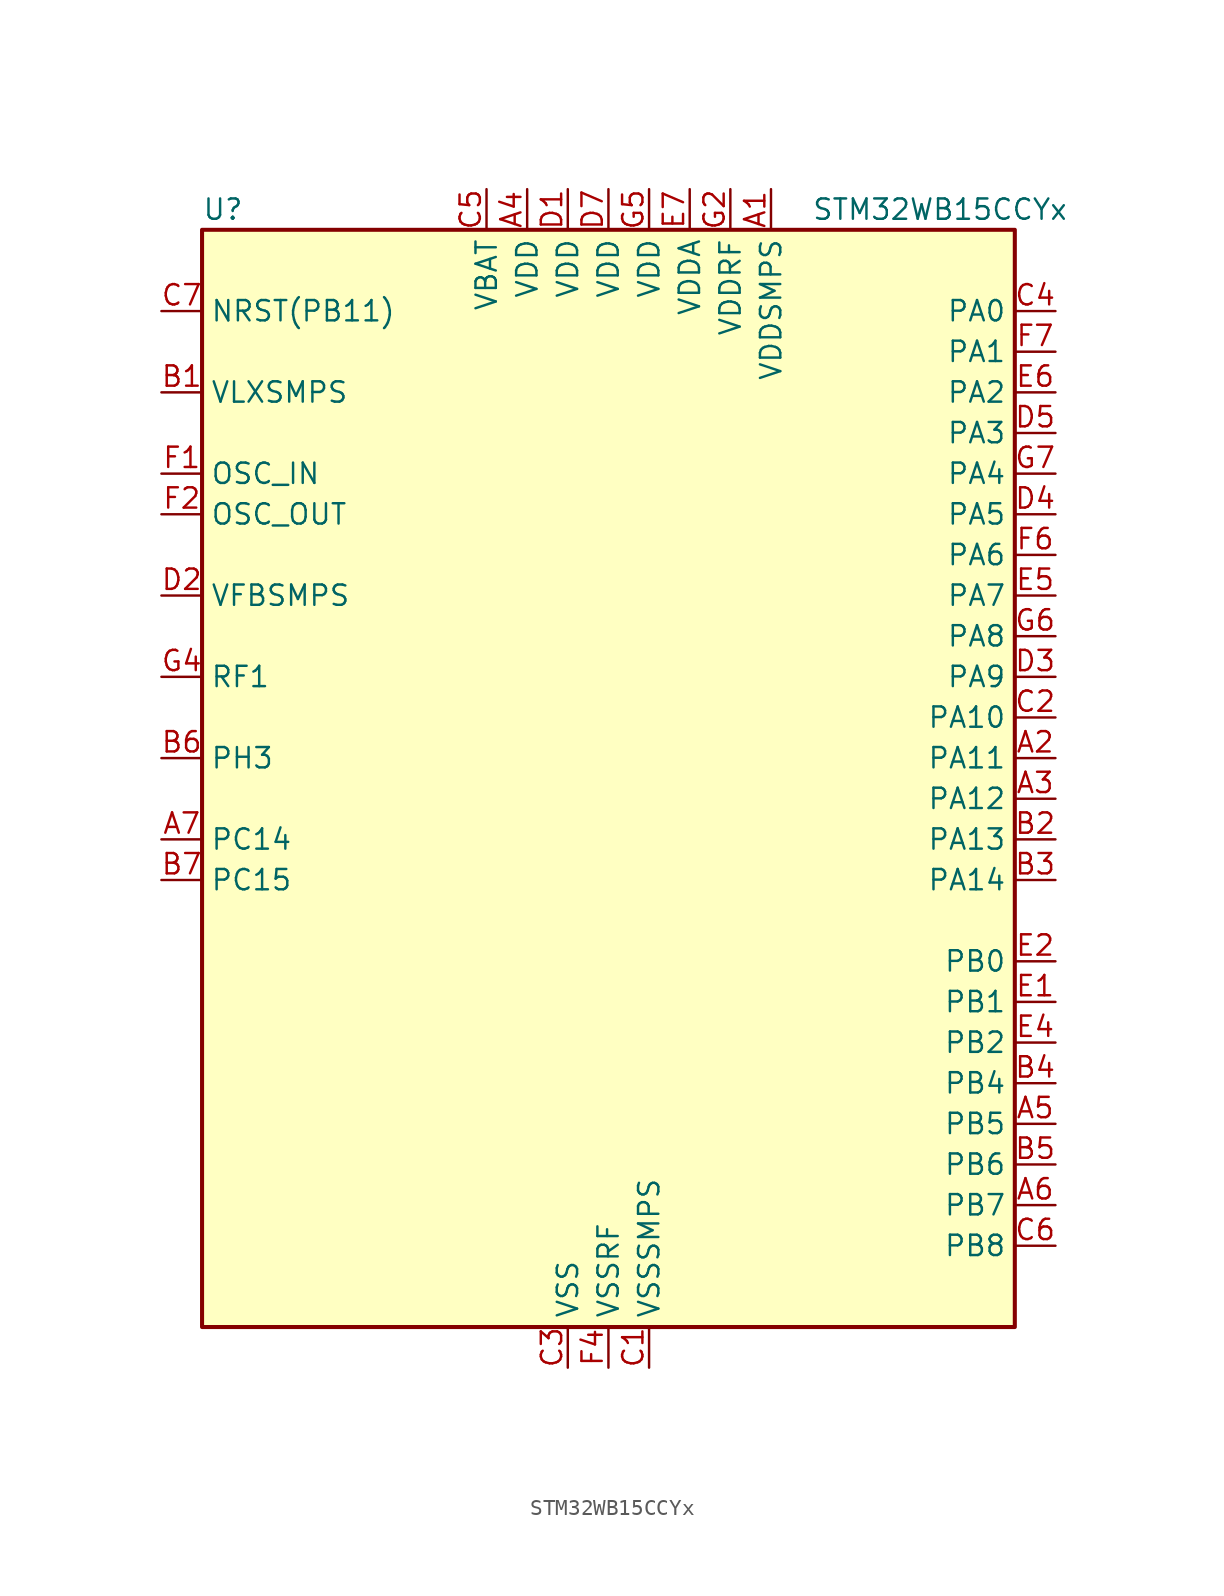
<source format=kicad_sym>
(kicad_symbol_lib
  (version 20231120)
  (generator "kicad-library-utils")
  (generator_version "8.0")
  (symbol "STM32WB15CCYx"
    (property "Reference" "U"
      (at -25.4 36.83 0)
      (effects (font (size 1.27 1.27)) (justify left)))
    (property "Value" "STM32WB15CCYx"
      (at 12.7 36.83 0)
      (effects (font (size 1.27 1.27)) (justify left)))
    (symbol "STM32WB15CCYx_0_1"
      (rectangle (start -25.4 -33.02) (end 25.4 35.56) (stroke (width 0.254) (type default)) (fill (type background))))
    (symbol "STM32WB15CCYx_1_1"
      (pin power_in line (at 10.16 38.1 270) (length 2.54) (name "VDDSMPS" (effects (font (size 1.27 1.27)))) (number "A1" (effects (font (size 1.27 1.27)))))
      (pin bidirectional line (at 27.94 2.54 180) (length 2.54) (name "PA11" (effects (font (size 1.27 1.27)))) (number "A2" (effects (font (size 1.27 1.27)))) (alternate "ADC1_EXTI11" bidirectional line) (alternate "SPI1_MISO" bidirectional line) (alternate "TIM1_BKIN2" bidirectional line) (alternate "TIM1_CH4" bidirectional line) (alternate "USART1_CTS" bidirectional line) (alternate "USART1_NSS" bidirectional line))
      (pin bidirectional line (at 27.94 0 180) (length 2.54) (name "PA12" (effects (font (size 1.27 1.27)))) (number "A3" (effects (font (size 1.27 1.27)))) (alternate "LPUART1_RX" bidirectional line) (alternate "SPI1_MOSI" bidirectional line) (alternate "TIM1_ETR" bidirectional line) (alternate "USART1_DE" bidirectional line) (alternate "USART1_RTS" bidirectional line))
      (pin power_in line (at -5.08 38.1 270) (length 2.54) (name "VDD" (effects (font (size 1.27 1.27)))) (number "A4" (effects (font (size 1.27 1.27)))))
      (pin bidirectional line (at 27.94 -20.32 180) (length 2.54) (name "PB5" (effects (font (size 1.27 1.27)))) (number "A5" (effects (font (size 1.27 1.27)))) (alternate "I2C1_SMBA" bidirectional line) (alternate "LPTIM1_IN1" bidirectional line) (alternate "LPUART1_TX" bidirectional line) (alternate "SPI1_MOSI" bidirectional line) (alternate "TSC_G2_IO2" bidirectional line) (alternate "USART1_CK" bidirectional line))
      (pin bidirectional line (at 27.94 -25.4 180) (length 2.54) (name "PB7" (effects (font (size 1.27 1.27)))) (number "A6" (effects (font (size 1.27 1.27)))) (alternate "I2C1_SDA" bidirectional line) (alternate "LPTIM1_IN2" bidirectional line) (alternate "SYS_PVD_IN" bidirectional line) (alternate "TIM1_BKIN" bidirectional line) (alternate "TIM1_CH3" bidirectional line) (alternate "TSC_G2_IO4" bidirectional line) (alternate "USART1_RX" bidirectional line))
      (pin bidirectional line (at -27.94 -2.54 0) (length 2.54) (name "PC14" (effects (font (size 1.27 1.27)))) (number "A7" (effects (font (size 1.27 1.27)))) (alternate "RCC_OSC32_IN" bidirectional line))
      (pin power_in line (at -27.94 25.4 0) (length 2.54) (name "VLXSMPS" (effects (font (size 1.27 1.27)))) (number "B1" (effects (font (size 1.27 1.27)))))
      (pin bidirectional line (at 27.94 -2.54 180) (length 2.54) (name "PA13" (effects (font (size 1.27 1.27)))) (number "B2" (effects (font (size 1.27 1.27)))) (alternate "SPI1_MOSI" bidirectional line) (alternate "SYS_JTMS-SWDIO" bidirectional line) (alternate "TSC_G7_IO1" bidirectional line))
      (pin bidirectional line (at 27.94 -5.08 180) (length 2.54) (name "PA14" (effects (font (size 1.27 1.27)))) (number "B3" (effects (font (size 1.27 1.27)))) (alternate "I2C1_SMBA" bidirectional line) (alternate "LPTIM1_OUT" bidirectional line) (alternate "SPI1_NSS" bidirectional line) (alternate "SYS_JTCK-SWCLK" bidirectional line))
      (pin bidirectional line (at 27.94 -17.78 180) (length 2.54) (name "PB4" (effects (font (size 1.27 1.27)))) (number "B4" (effects (font (size 1.27 1.27)))) (alternate "SPI1_MISO" bidirectional line) (alternate "SYS_JTRST" bidirectional line) (alternate "TSC_G2_IO1" bidirectional line) (alternate "USART1_CTS" bidirectional line) (alternate "USART1_NSS" bidirectional line))
      (pin bidirectional line (at 27.94 -22.86 180) (length 2.54) (name "PB6" (effects (font (size 1.27 1.27)))) (number "B5" (effects (font (size 1.27 1.27)))) (alternate "I2C1_SCL" bidirectional line) (alternate "LPTIM1_ETR" bidirectional line) (alternate "RCC_MCO" bidirectional line) (alternate "SPI1_NSS" bidirectional line) (alternate "TSC_G2_IO3" bidirectional line) (alternate "USART1_TX" bidirectional line))
      (pin bidirectional line (at -27.94 2.54 0) (length 2.54) (name "PH3" (effects (font (size 1.27 1.27)))) (number "B6" (effects (font (size 1.27 1.27)))) (alternate "RCC_LSCO" bidirectional line))
      (pin bidirectional line (at -27.94 -5.08 0) (length 2.54) (name "PC15" (effects (font (size 1.27 1.27)))) (number "B7" (effects (font (size 1.27 1.27)))) (alternate "RCC_OSC32_OUT" bidirectional line))
      (pin power_in line (at 2.54 -35.56 90) (length 2.54) (name "VSSSMPS" (effects (font (size 1.27 1.27)))) (number "C1" (effects (font (size 1.27 1.27)))))
      (pin bidirectional line (at 27.94 5.08 180) (length 2.54) (name "PA10" (effects (font (size 1.27 1.27)))) (number "C2" (effects (font (size 1.27 1.27)))) (alternate "I2C1_SDA" bidirectional line) (alternate "TIM1_CH3" bidirectional line) (alternate "TSC_G7_IO2" bidirectional line) (alternate "USART1_RX" bidirectional line))
      (pin power_in line (at -2.54 -35.56 90) (length 2.54) (name "VSS" (effects (font (size 1.27 1.27)))) (number "C3" (effects (font (size 1.27 1.27)))))
      (pin bidirectional line (at 27.94 30.48 180) (length 2.54) (name "PA0" (effects (font (size 1.27 1.27)))) (number "C4" (effects (font (size 1.27 1.27)))) (alternate "ADC1_IN5" bidirectional line) (alternate "COMP1_INM" bidirectional line) (alternate "COMP1_OUT" bidirectional line) (alternate "RTC_TAMP2" bidirectional line) (alternate "SYS_WKUP1" bidirectional line) (alternate "TIM2_CH1" bidirectional line) (alternate "TIM2_ETR" bidirectional line))
      (pin power_in line (at -7.62 38.1 270) (length 2.54) (name "VBAT" (effects (font (size 1.27 1.27)))) (number "C5" (effects (font (size 1.27 1.27)))))
      (pin bidirectional line (at 27.94 -27.94 180) (length 2.54) (name "PB8" (effects (font (size 1.27 1.27)))) (number "C6" (effects (font (size 1.27 1.27)))) (alternate "I2C1_SCL" bidirectional line) (alternate "TIM1_CH2N" bidirectional line) (alternate "TSC_G7_IO3" bidirectional line))
      (pin input line (at -27.94 30.48 0) (length 2.54) (name "NRST(PB11)" (effects (font (size 1.27 1.27)))) (number "C7" (effects (font (size 1.27 1.27)))))
      (pin power_in line (at -2.54 38.1 270) (length 2.54) (name "VDD" (effects (font (size 1.27 1.27)))) (number "D1" (effects (font (size 1.27 1.27)))))
      (pin input line (at -27.94 12.7 0) (length 2.54) (name "VFBSMPS" (effects (font (size 1.27 1.27)))) (number "D2" (effects (font (size 1.27 1.27)))))
      (pin bidirectional line (at 27.94 7.62 180) (length 2.54) (name "PA9" (effects (font (size 1.27 1.27)))) (number "D3" (effects (font (size 1.27 1.27)))) (alternate "ADC1_IN4" bidirectional line) (alternate "COMP1_INM" bidirectional line) (alternate "I2C1_SCL" bidirectional line) (alternate "TIM1_CH2" bidirectional line) (alternate "USART1_TX" bidirectional line))
      (pin bidirectional line (at 27.94 17.78 180) (length 2.54) (name "PA5" (effects (font (size 1.27 1.27)))) (number "D4" (effects (font (size 1.27 1.27)))) (alternate "ADC1_IN10" bidirectional line) (alternate "COMP1_INM" bidirectional line) (alternate "LPTIM2_ETR" bidirectional line) (alternate "SPI1_MOSI" bidirectional line) (alternate "SPI1_SCK" bidirectional line) (alternate "TIM2_CH1" bidirectional line) (alternate "TIM2_ETR" bidirectional line))
      (pin bidirectional line (at 27.94 22.86 180) (length 2.54) (name "PA3" (effects (font (size 1.27 1.27)))) (number "D5" (effects (font (size 1.27 1.27)))) (alternate "ADC1_IN8" bidirectional line) (alternate "LPUART1_RX" bidirectional line) (alternate "TIM2_CH4" bidirectional line))
      (pin passive line (at -2.54 -35.56 90) (length 2.54) hide (name "VSS" (effects (font (size 1.27 1.27)))) (number "D6" (effects (font (size 1.27 1.27)))))
      (pin power_in line (at 0 38.1 270) (length 2.54) (name "VDD" (effects (font (size 1.27 1.27)))) (number "D7" (effects (font (size 1.27 1.27)))))
      (pin bidirectional line (at 27.94 -12.7 180) (length 2.54) (name "PB1" (effects (font (size 1.27 1.27)))) (number "E1" (effects (font (size 1.27 1.27)))) (alternate "LPTIM2_IN1" bidirectional line) (alternate "LPUART1_DE" bidirectional line) (alternate "LPUART1_RTS" bidirectional line))
      (pin bidirectional line (at 27.94 -10.16 180) (length 2.54) (name "PB0" (effects (font (size 1.27 1.27)))) (number "E2" (effects (font (size 1.27 1.27)))) (alternate "COMP1_OUT" bidirectional line) (alternate "RF_TX_MOD_EXT_PA" bidirectional line))
      (pin no_connect line (at -25.4 -33.02 0) (length 2.54) hide (name "AT0" (effects (font (size 1.27 1.27)))) (number "E3" (effects (font (size 1.27 1.27)))))
      (pin bidirectional line (at 27.94 -15.24 180) (length 2.54) (name "PB2" (effects (font (size 1.27 1.27)))) (number "E4" (effects (font (size 1.27 1.27)))) (alternate "COMP1_INP" bidirectional line) (alternate "LPTIM1_OUT" bidirectional line) (alternate "RTC_OUT" bidirectional line) (alternate "SPI1_NSS" bidirectional line))
      (pin bidirectional line (at 27.94 12.7 180) (length 2.54) (name "PA7" (effects (font (size 1.27 1.27)))) (number "E5" (effects (font (size 1.27 1.27)))) (alternate "ADC1_IN2" bidirectional line) (alternate "SPI1_MOSI" bidirectional line) (alternate "TIM1_CH1N" bidirectional line))
      (pin bidirectional line (at 27.94 25.4 180) (length 2.54) (name "PA2" (effects (font (size 1.27 1.27)))) (number "E6" (effects (font (size 1.27 1.27)))) (alternate "ADC1_IN7" bidirectional line) (alternate "LPUART1_TX" bidirectional line) (alternate "RCC_LSCO" bidirectional line) (alternate "SYS_WKUP4" bidirectional line) (alternate "TIM2_CH3" bidirectional line))
      (pin power_in line (at 5.08 38.1 270) (length 2.54) (name "VDDA" (effects (font (size 1.27 1.27)))) (number "E7" (effects (font (size 1.27 1.27)))))
      (pin input line (at -27.94 20.32 0) (length 2.54) (name "OSC_IN" (effects (font (size 1.27 1.27)))) (number "F1" (effects (font (size 1.27 1.27)))) (alternate "RCC_OSC_IN" bidirectional line))
      (pin input line (at -27.94 17.78 0) (length 2.54) (name "OSC_OUT" (effects (font (size 1.27 1.27)))) (number "F2" (effects (font (size 1.27 1.27)))) (alternate "RCC_OSC_OUT" bidirectional line))
      (pin no_connect line (at -25.4 -30.48 0) (length 2.54) hide (name "AT1" (effects (font (size 1.27 1.27)))) (number "F3" (effects (font (size 1.27 1.27)))))
      (pin power_in line (at 0 -35.56 90) (length 2.54) (name "VSSRF" (effects (font (size 1.27 1.27)))) (number "F4" (effects (font (size 1.27 1.27)))))
      (pin passive line (at -2.54 -35.56 90) (length 2.54) hide (name "VSS" (effects (font (size 1.27 1.27)))) (number "F5" (effects (font (size 1.27 1.27)))))
      (pin bidirectional line (at 27.94 15.24 180) (length 2.54) (name "PA6" (effects (font (size 1.27 1.27)))) (number "F6" (effects (font (size 1.27 1.27)))) (alternate "ADC1_IN11" bidirectional line) (alternate "LPUART1_CTS" bidirectional line) (alternate "SPI1_MISO" bidirectional line) (alternate "TIM1_BKIN" bidirectional line))
      (pin bidirectional line (at 27.94 27.94 180) (length 2.54) (name "PA1" (effects (font (size 1.27 1.27)))) (number "F7" (effects (font (size 1.27 1.27)))) (alternate "ADC1_IN6" bidirectional line) (alternate "COMP1_INP" bidirectional line) (alternate "I2C1_SMBA" bidirectional line) (alternate "SPI1_SCK" bidirectional line) (alternate "TIM2_CH2" bidirectional line))
      (pin passive line (at 0 -35.56 90) (length 2.54) hide (name "VSSRF" (effects (font (size 1.27 1.27)))) (number "G1" (effects (font (size 1.27 1.27)))))
      (pin power_in line (at 7.62 38.1 270) (length 2.54) (name "VDDRF" (effects (font (size 1.27 1.27)))) (number "G2" (effects (font (size 1.27 1.27)))))
      (pin passive line (at 0 -35.56 90) (length 2.54) hide (name "VSSRF" (effects (font (size 1.27 1.27)))) (number "G3" (effects (font (size 1.27 1.27)))))
      (pin bidirectional line (at -27.94 7.62 0) (length 2.54) (name "RF1" (effects (font (size 1.27 1.27)))) (number "G4" (effects (font (size 1.27 1.27)))) (alternate "RF_RF1" bidirectional line))
      (pin power_in line (at 2.54 38.1 270) (length 2.54) (name "VDD" (effects (font (size 1.27 1.27)))) (number "G5" (effects (font (size 1.27 1.27)))))
      (pin bidirectional line (at 27.94 10.16 180) (length 2.54) (name "PA8" (effects (font (size 1.27 1.27)))) (number "G6" (effects (font (size 1.27 1.27)))) (alternate "ADC1_IN3" bidirectional line) (alternate "LPTIM2_OUT" bidirectional line) (alternate "RCC_MCO" bidirectional line) (alternate "TIM1_CH1" bidirectional line) (alternate "USART1_CK" bidirectional line))
      (pin bidirectional line (at 27.94 20.32 180) (length 2.54) (name "PA4" (effects (font (size 1.27 1.27)))) (number "G7" (effects (font (size 1.27 1.27)))) (alternate "ADC1_IN9" bidirectional line) (alternate "COMP1_INM" bidirectional line) (alternate "LPTIM2_OUT" bidirectional line) (alternate "SPI1_NSS" bidirectional line)))))
</source>
